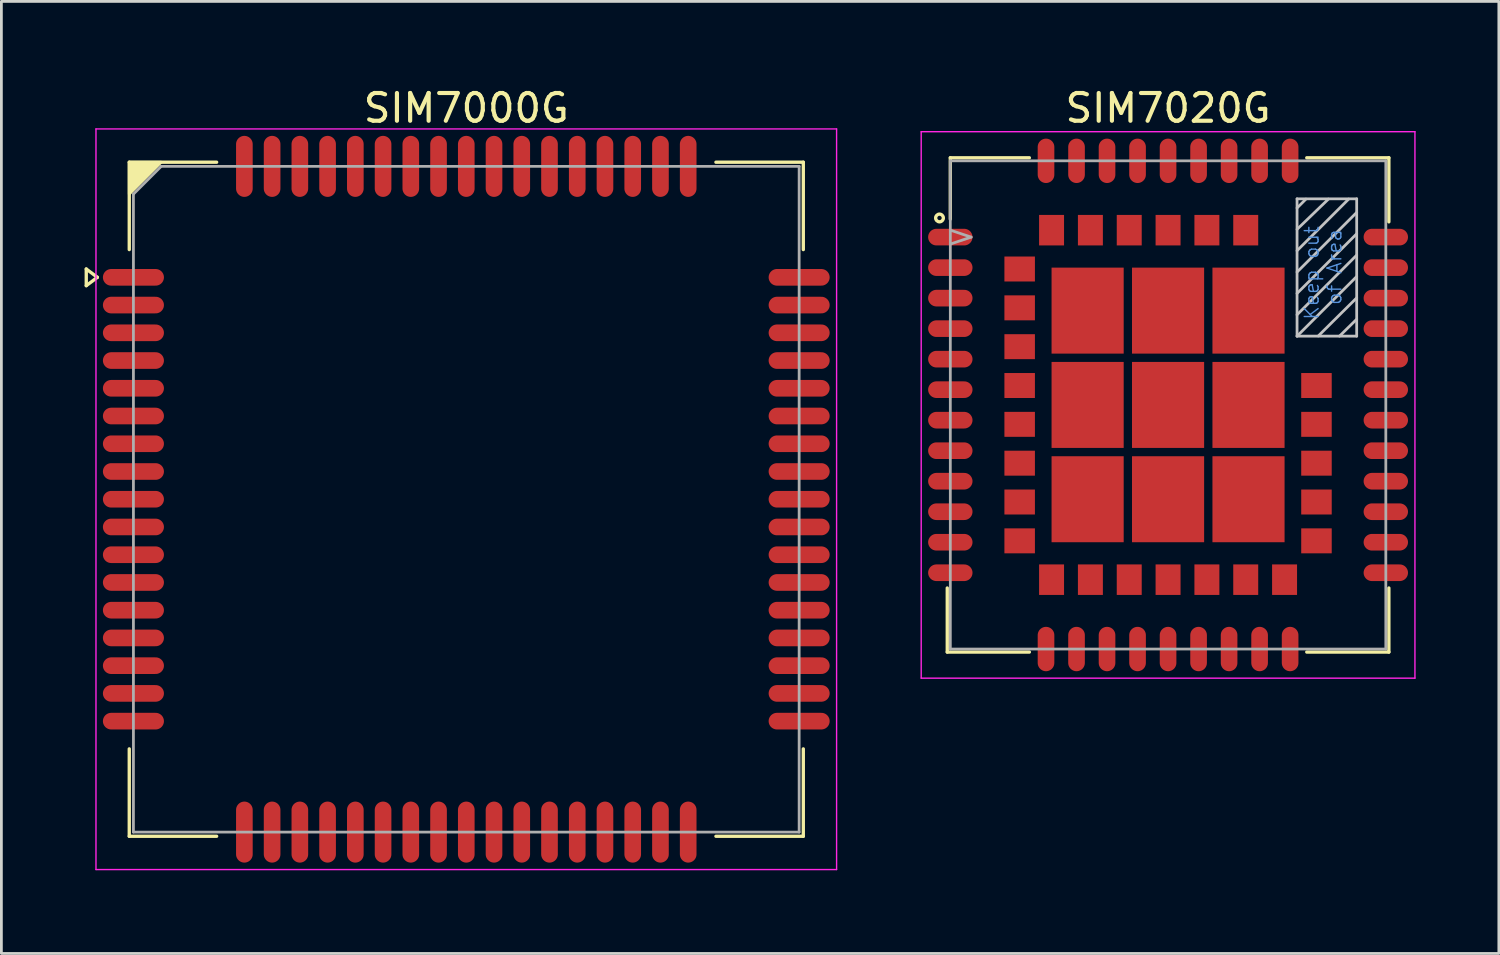
<source format=kicad_pcb>
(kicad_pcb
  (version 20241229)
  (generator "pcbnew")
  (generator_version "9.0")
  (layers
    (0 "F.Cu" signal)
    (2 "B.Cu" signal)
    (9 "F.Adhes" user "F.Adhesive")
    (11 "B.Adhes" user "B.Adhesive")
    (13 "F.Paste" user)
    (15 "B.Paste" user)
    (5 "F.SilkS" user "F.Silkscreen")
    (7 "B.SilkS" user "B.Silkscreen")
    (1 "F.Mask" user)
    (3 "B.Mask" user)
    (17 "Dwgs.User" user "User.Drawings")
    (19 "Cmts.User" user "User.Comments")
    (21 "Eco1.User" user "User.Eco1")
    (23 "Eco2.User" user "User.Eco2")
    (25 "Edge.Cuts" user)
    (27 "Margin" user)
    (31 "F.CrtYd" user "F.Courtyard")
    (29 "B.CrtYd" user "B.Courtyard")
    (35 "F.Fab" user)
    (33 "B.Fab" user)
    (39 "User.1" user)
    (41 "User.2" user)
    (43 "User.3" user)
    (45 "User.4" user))
  (footprint "SIM7000G"
    (layer "F.Cu")
    (at 13.76 14.948)
    (property "Reference" "SIM7000G" (at 0 -14.1 0) (layer "F.SilkS") (effects (font (size 1 1) (thickness 0.15))))
    (attr smd)
    (fp_line (start -13.7 -8.3) (end -13.7 -7.7) (stroke (width 0.12) (type solid)) (layer "F.SilkS"))
    (fp_line (start -13.7 -7.7) (end -13.3 -8) (stroke (width 0.12) (type solid)) (layer "F.SilkS"))
    (fp_line (start -13.3 -8) (end -13.7 -8.3) (stroke (width 0.12) (type solid)) (layer "F.SilkS"))
    (fp_line (start -12.15 -12.15) (end -12.15 -9) (stroke (width 0.12) (type solid)) (layer "F.SilkS"))
    (fp_line (start -12.15 12.15) (end -12.15 9) (stroke (width 0.12) (type solid)) (layer "F.SilkS"))
    (fp_line (start -9 -12.15) (end -12.15 -12.15) (stroke (width 0.12) (type solid)) (layer "F.SilkS"))
    (fp_line (start -9 12.15) (end -12.15 12.15) (stroke (width 0.12) (type solid)) (layer "F.SilkS"))
    (fp_line (start 9 -12.15) (end 12.15 -12.15) (stroke (width 0.12) (type solid)) (layer "F.SilkS"))
    (fp_line (start 9 12.15) (end 12.15 12.15) (stroke (width 0.12) (type solid)) (layer "F.SilkS"))
    (fp_line (start 12.15 -12.15) (end 12.15 -9) (stroke (width 0.12) (type solid)) (layer "F.SilkS"))
    (fp_line (start 12.15 12.15) (end 12.15 9) (stroke (width 0.12) (type solid)) (layer "F.SilkS"))
    (fp_poly (pts (xy -12.15 -11) (xy -12.15 -12.15) (xy -11 -12.15)) (stroke (width 0.1) (type solid)) (fill yes) (layer "F.SilkS"))
    (fp_line (start -13.35 -13.35) (end 13.35 -13.35) (stroke (width 0.05) (type solid)) (layer "F.CrtYd"))
    (fp_line (start -13.35 13.35) (end -13.35 -13.35) (stroke (width 0.05) (type solid)) (layer "F.CrtYd"))
    (fp_line (start 13.35 -13.35) (end 13.35 13.35) (stroke (width 0.05) (type solid)) (layer "F.CrtYd"))
    (fp_line (start 13.35 13.35) (end -13.35 13.35) (stroke (width 0.05) (type solid)) (layer "F.CrtYd"))
    (fp_line (start -12 -11) (end -12 12) (stroke (width 0.1) (type solid)) (layer "F.Fab"))
    (fp_line (start -12 12) (end 12 12) (stroke (width 0.1) (type solid)) (layer "F.Fab"))
    (fp_line (start -11 -12) (end -12 -11) (stroke (width 0.1) (type solid)) (layer "F.Fab"))
    (fp_line (start 12 -12) (end -11 -12) (stroke (width 0.1) (type solid)) (layer "F.Fab"))
    (fp_line (start 12 12) (end 12 -12) (stroke (width 0.1) (type solid)) (layer "F.Fab"))
    (pad "1" smd oval (at -12 -8 90) (size 0.6 2.2) (layers "F.Cu" "F.Mask" "F.Paste"))
    (pad "2" smd oval (at -12 -7 90) (size 0.6 2.2) (layers "F.Cu" "F.Mask" "F.Paste"))
    (pad "3" smd oval (at -12 -6 90) (size 0.6 2.2) (layers "F.Cu" "F.Mask" "F.Paste"))
    (pad "4" smd oval (at -12 -5 90) (size 0.6 2.2) (layers "F.Cu" "F.Mask" "F.Paste"))
    (pad "5" smd oval (at -12 -4 90) (size 0.6 2.2) (layers "F.Cu" "F.Mask" "F.Paste"))
    (pad "6" smd oval (at -12 -3 90) (size 0.6 2.2) (layers "F.Cu" "F.Mask" "F.Paste"))
    (pad "7" smd oval (at -12 -2 90) (size 0.6 2.2) (layers "F.Cu" "F.Mask" "F.Paste"))
    (pad "8" smd oval (at -12 -1 90) (size 0.6 2.2) (layers "F.Cu" "F.Mask" "F.Paste"))
    (pad "9" smd oval (at -12 0 90) (size 0.6 2.2) (layers "F.Cu" "F.Mask" "F.Paste"))
    (pad "10" smd oval (at -12 1 90) (size 0.6 2.2) (layers "F.Cu" "F.Mask" "F.Paste"))
    (pad "11" smd oval (at -12 2 90) (size 0.6 2.2) (layers "F.Cu" "F.Mask" "F.Paste"))
    (pad "12" smd oval (at -12 3 90) (size 0.6 2.2) (layers "F.Cu" "F.Mask" "F.Paste"))
    (pad "13" smd oval (at -12 4 90) (size 0.6 2.2) (layers "F.Cu" "F.Mask" "F.Paste"))
    (pad "14" smd oval (at -12 5 90) (size 0.6 2.2) (layers "F.Cu" "F.Mask" "F.Paste"))
    (pad "15" smd oval (at -12 6 90) (size 0.6 2.2) (layers "F.Cu" "F.Mask" "F.Paste"))
    (pad "16" smd oval (at -12 7 90) (size 0.6 2.2) (layers "F.Cu" "F.Mask" "F.Paste"))
    (pad "17" smd oval (at -12 8 90) (size 0.6 2.2) (layers "F.Cu" "F.Mask" "F.Paste"))
    (pad "18" smd oval (at -8 12) (size 0.6 2.2) (layers "F.Cu" "F.Mask" "F.Paste"))
    (pad "19" smd oval (at -7 12) (size 0.6 2.2) (layers "F.Cu" "F.Mask" "F.Paste"))
    (pad "20" smd oval (at -6 12) (size 0.6 2.2) (layers "F.Cu" "F.Mask" "F.Paste"))
    (pad "21" smd oval (at -5 12) (size 0.6 2.2) (layers "F.Cu" "F.Mask" "F.Paste"))
    (pad "22" smd oval (at -4 12) (size 0.6 2.2) (layers "F.Cu" "F.Mask" "F.Paste"))
    (pad "23" smd oval (at -3 12) (size 0.6 2.2) (layers "F.Cu" "F.Mask" "F.Paste"))
    (pad "24" smd oval (at -2 12) (size 0.6 2.2) (layers "F.Cu" "F.Mask" "F.Paste"))
    (pad "25" smd oval (at -1 12) (size 0.6 2.2) (layers "F.Cu" "F.Mask" "F.Paste"))
    (pad "26" smd oval (at 0 12) (size 0.6 2.2) (layers "F.Cu" "F.Mask" "F.Paste"))
    (pad "27" smd oval (at 1 12) (size 0.6 2.2) (layers "F.Cu" "F.Mask" "F.Paste"))
    (pad "28" smd oval (at 2 12) (size 0.6 2.2) (layers "F.Cu" "F.Mask" "F.Paste"))
    (pad "29" smd oval (at 3 12) (size 0.6 2.2) (layers "F.Cu" "F.Mask" "F.Paste"))
    (pad "30" smd oval (at 4 12) (size 0.6 2.2) (layers "F.Cu" "F.Mask" "F.Paste"))
    (pad "31" smd oval (at 5 12) (size 0.6 2.2) (layers "F.Cu" "F.Mask" "F.Paste"))
    (pad "32" smd oval (at 6 12) (size 0.6 2.2) (layers "F.Cu" "F.Mask" "F.Paste"))
    (pad "33" smd oval (at 7 12) (size 0.6 2.2) (layers "F.Cu" "F.Mask" "F.Paste"))
    (pad "34" smd oval (at 8 12) (size 0.6 2.2) (layers "F.Cu" "F.Mask" "F.Paste"))
    (pad "35" smd oval (at 12 8 90) (size 0.6 2.2) (layers "F.Cu" "F.Mask" "F.Paste"))
    (pad "36" smd oval (at 12 7 90) (size 0.6 2.2) (layers "F.Cu" "F.Mask" "F.Paste"))
    (pad "37" smd oval (at 12 6 90) (size 0.6 2.2) (layers "F.Cu" "F.Mask" "F.Paste"))
    (pad "38" smd oval (at 12 5 90) (size 0.6 2.2) (layers "F.Cu" "F.Mask" "F.Paste"))
    (pad "39" smd oval (at 12 4 90) (size 0.6 2.2) (layers "F.Cu" "F.Mask" "F.Paste"))
    (pad "40" smd oval (at 12 3 90) (size 0.6 2.2) (layers "F.Cu" "F.Mask" "F.Paste"))
    (pad "41" smd oval (at 12 2 90) (size 0.6 2.2) (layers "F.Cu" "F.Mask" "F.Paste"))
    (pad "42" smd oval (at 12 1 90) (size 0.6 2.2) (layers "F.Cu" "F.Mask" "F.Paste"))
    (pad "43" smd oval (at 12 0 90) (size 0.6 2.2) (layers "F.Cu" "F.Mask" "F.Paste"))
    (pad "44" smd oval (at 12 -1 90) (size 0.6 2.2) (layers "F.Cu" "F.Mask" "F.Paste"))
    (pad "45" smd oval (at 12 -2 90) (size 0.6 2.2) (layers "F.Cu" "F.Mask" "F.Paste"))
    (pad "46" smd oval (at 12 -3 90) (size 0.6 2.2) (layers "F.Cu" "F.Mask" "F.Paste"))
    (pad "47" smd oval (at 12 -4 90) (size 0.6 2.2) (layers "F.Cu" "F.Mask" "F.Paste"))
    (pad "48" smd oval (at 12 -5 90) (size 0.6 2.2) (layers "F.Cu" "F.Mask" "F.Paste"))
    (pad "49" smd oval (at 12 -6 90) (size 0.6 2.2) (layers "F.Cu" "F.Mask" "F.Paste"))
    (pad "50" smd oval (at 12 -7 90) (size 0.6 2.2) (layers "F.Cu" "F.Mask" "F.Paste"))
    (pad "51" smd oval (at 12 -8 90) (size 0.6 2.2) (layers "F.Cu" "F.Mask" "F.Paste"))
    (pad "52" smd oval (at 8 -12) (size 0.6 2.2) (layers "F.Cu" "F.Mask" "F.Paste"))
    (pad "53" smd oval (at 7 -12) (size 0.6 2.2) (layers "F.Cu" "F.Mask" "F.Paste"))
    (pad "54" smd oval (at 6 -12) (size 0.6 2.2) (layers "F.Cu" "F.Mask" "F.Paste"))
    (pad "55" smd oval (at 5 -12) (size 0.6 2.2) (layers "F.Cu" "F.Mask" "F.Paste"))
    (pad "56" smd oval (at 4 -12) (size 0.6 2.2) (layers "F.Cu" "F.Mask" "F.Paste"))
    (pad "57" smd oval (at 3 -12) (size 0.6 2.2) (layers "F.Cu" "F.Mask" "F.Paste"))
    (pad "58" smd oval (at 2 -12) (size 0.6 2.2) (layers "F.Cu" "F.Mask" "F.Paste"))
    (pad "59" smd oval (at 1 -12) (size 0.6 2.2) (layers "F.Cu" "F.Mask" "F.Paste"))
    (pad "60" smd oval (at 0 -12) (size 0.6 2.2) (layers "F.Cu" "F.Mask" "F.Paste"))
    (pad "61" smd oval (at -1 -12) (size 0.6 2.2) (layers "F.Cu" "F.Mask" "F.Paste"))
    (pad "62" smd oval (at -2 -12) (size 0.6 2.2) (layers "F.Cu" "F.Mask" "F.Paste"))
    (pad "63" smd oval (at -3 -12) (size 0.6 2.2) (layers "F.Cu" "F.Mask" "F.Paste"))
    (pad "64" smd oval (at -4 -12) (size 0.6 2.2) (layers "F.Cu" "F.Mask" "F.Paste"))
    (pad "65" smd oval (at -5 -12) (size 0.6 2.2) (layers "F.Cu" "F.Mask" "F.Paste"))
    (pad "66" smd oval (at -6 -12) (size 0.6 2.2) (layers "F.Cu" "F.Mask" "F.Paste"))
    (pad "67" smd oval (at -7 -12) (size 0.6 2.2) (layers "F.Cu" "F.Mask" "F.Paste"))
    (pad "68" smd oval (at -8 -12) (size 0.6 2.2) (layers "F.Cu" "F.Mask" "F.Paste")))
  (footprint "SIM7020G"
    (layer "F.Cu")
    (at 39.06 11.548)
    (property "Reference" "SIM7020G" (at 0 -10.7 0) (layer "F.SilkS") (effects (font (size 1 1) (thickness 0.15))))
    (attr through_hole)
    (fp_line (start -7.96 8.91) (end -7.96 6.6) (stroke (width 0.12) (type solid)) (layer "F.SilkS"))
    (fp_line (start -7.96 8.91) (end -5 8.91) (stroke (width 0.12) (type solid)) (layer "F.SilkS"))
    (fp_line (start -7.85 -8.91) (end -7.85 -6.7) (stroke (width 0.12) (type solid)) (layer "F.SilkS"))
    (fp_line (start -7.85 -8.91) (end -5 -8.91) (stroke (width 0.12) (type solid)) (layer "F.SilkS"))
    (fp_line (start 7.96 -8.91) (end 5 -8.91) (stroke (width 0.12) (type solid)) (layer "F.SilkS"))
    (fp_line (start 7.96 -8.91) (end 7.96 -6.6) (stroke (width 0.12) (type solid)) (layer "F.SilkS"))
    (fp_line (start 7.96 8.91) (end 5 8.91) (stroke (width 0.12) (type solid)) (layer "F.SilkS"))
    (fp_line (start 7.96 8.91) (end 7.96 6.6) (stroke (width 0.12) (type solid)) (layer "F.SilkS"))
    (fp_circle (center -8.24 -6.74) (end -8.12 -6.67) (stroke (width 0.12) (type solid)) (fill no) (layer "F.SilkS"))
    (fp_line (start 4.65 -7.43) (end 4.65 -2.48) (stroke (width 0.1) (type solid)) (layer "Dwgs.User"))
    (fp_line (start 4.65 -7.43) (end 6.8 -7.43) (stroke (width 0.1) (type solid)) (layer "Dwgs.User"))
    (fp_line (start 4.65 -7.1) (end 4.97 -7.42) (stroke (width 0.1) (type solid)) (layer "Dwgs.User"))
    (fp_line (start 4.65 -6.33) (end 5.78 -7.42) (stroke (width 0.1) (type solid)) (layer "Dwgs.User"))
    (fp_line (start 4.65 -5.56) (end 6.51 -7.42) (stroke (width 0.1) (type solid)) (layer "Dwgs.User"))
    (fp_line (start 4.65 -4.79) (end 6.8 -6.94) (stroke (width 0.1) (type solid)) (layer "Dwgs.User"))
    (fp_line (start 4.65 -4.02) (end 6.8 -6.17) (stroke (width 0.1) (type solid)) (layer "Dwgs.User"))
    (fp_line (start 4.65 -3.25) (end 6.8 -5.4) (stroke (width 0.1) (type solid)) (layer "Dwgs.User"))
    (fp_line (start 4.65 -2.48) (end 6.8 -4.63) (stroke (width 0.1) (type solid)) (layer "Dwgs.User"))
    (fp_line (start 4.65 -2.48) (end 6.8 -2.48) (stroke (width 0.1) (type solid)) (layer "Dwgs.User"))
    (fp_line (start 5.415 -2.486) (end 6.8 -3.86) (stroke (width 0.1) (type solid)) (layer "Dwgs.User"))
    (fp_line (start 6.18 -2.48) (end 6.8 -3.09) (stroke (width 0.1) (type solid)) (layer "Dwgs.User"))
    (fp_line (start 6.8 -7.43) (end 6.8 -2.48) (stroke (width 0.1) (type solid)) (layer "Dwgs.User"))
    (fp_line (start -8.9 -9.85) (end -8.9 9.85) (stroke (width 0.05) (type solid)) (layer "F.CrtYd"))
    (fp_line (start -8.9 -9.85) (end 8.9 -9.85) (stroke (width 0.05) (type solid)) (layer "F.CrtYd"))
    (fp_line (start -8.9 9.85) (end 8.9 9.85) (stroke (width 0.05) (type solid)) (layer "F.CrtYd"))
    (fp_line (start 8.9 -9.85) (end 8.9 9.85) (stroke (width 0.05) (type solid)) (layer "F.CrtYd"))
    (fp_line (start -7.85 -8.8) (end -7.85 8.8) (stroke (width 0.1) (type solid)) (layer "F.Fab"))
    (fp_line (start -7.85 -8.8) (end 7.85 -8.8) (stroke (width 0.1) (type solid)) (layer "F.Fab"))
    (fp_line (start -7.85 -6.3) (end -7.1 -6.05) (stroke (width 0.1) (type solid)) (layer "F.Fab"))
    (fp_line (start -7.85 -5.8) (end -7.1 -6.05) (stroke (width 0.1) (type solid)) (layer "F.Fab"))
    (fp_line (start -7.85 8.8) (end 7.85 8.8) (stroke (width 0.1) (type solid)) (layer "F.Fab"))
    (fp_line (start 7.85 -8.8) (end 7.85 8.8) (stroke (width 0.1) (type solid)) (layer "F.Fab"))
    (fp_text user "of Area" (at 6 -4.97 90) (layer "Cmts.User") (effects (font (size 0.5 0.5) (thickness 0.05))))
    (fp_text user "Keep out " (at 5.18 -4.95 90) (layer "Cmts.User") (effects (font (size 0.5 0.5) (thickness 0.05))))
    (pad "1" smd oval (at -7.85 -6.05) (size 1.6 0.6) (layers "F.Cu" "F.Mask" "F.Paste"))
    (pad "2" smd oval (at -7.85 -4.95) (size 1.6 0.6) (layers "F.Cu" "F.Mask" "F.Paste"))
    (pad "3" smd oval (at -7.85 -3.85) (size 1.6 0.6) (layers "F.Cu" "F.Mask" "F.Paste"))
    (pad "4" smd oval (at -7.85 -2.75) (size 1.6 0.6) (layers "F.Cu" "F.Mask" "F.Paste"))
    (pad "5" smd oval (at -7.85 -1.65) (size 1.6 0.6) (layers "F.Cu" "F.Mask" "F.Paste"))
    (pad "6" smd oval (at -7.85 -0.55) (size 1.6 0.6) (layers "F.Cu" "F.Mask" "F.Paste"))
    (pad "7" smd oval (at -7.85 0.55) (size 1.6 0.6) (layers "F.Cu" "F.Mask" "F.Paste"))
    (pad "8" smd oval (at -7.85 1.65) (size 1.6 0.6) (layers "F.Cu" "F.Mask" "F.Paste"))
    (pad "9" smd oval (at -7.85 2.75) (size 1.6 0.6) (layers "F.Cu" "F.Mask" "F.Paste"))
    (pad "10" smd oval (at -7.85 3.85) (size 1.6 0.6) (layers "F.Cu" "F.Mask" "F.Paste"))
    (pad "11" smd oval (at -7.85 4.95) (size 1.6 0.6) (layers "F.Cu" "F.Mask" "F.Paste"))
    (pad "12" smd oval (at -7.85 6.05) (size 1.6 0.6) (layers "F.Cu" "F.Mask" "F.Paste"))
    (pad "13" smd oval (at -4.4 8.8) (size 0.6 1.6) (layers "F.Cu" "F.Mask" "F.Paste"))
    (pad "14" smd oval (at -3.3 8.8) (size 0.6 1.6) (layers "F.Cu" "F.Mask" "F.Paste"))
    (pad "15" smd oval (at -2.2 8.8) (size 0.6 1.6) (layers "F.Cu" "F.Mask" "F.Paste"))
    (pad "16" smd oval (at -1.1 8.8) (size 0.6 1.6) (layers "F.Cu" "F.Mask" "F.Paste"))
    (pad "17" smd oval (at 0 8.8) (size 0.6 1.6) (layers "F.Cu" "F.Mask" "F.Paste"))
    (pad "18" smd oval (at 1.1 8.8) (size 0.6 1.6) (layers "F.Cu" "F.Mask" "F.Paste"))
    (pad "19" smd oval (at 2.2 8.8) (size 0.6 1.6) (layers "F.Cu" "F.Mask" "F.Paste"))
    (pad "20" smd oval (at 3.3 8.8) (size 0.6 1.6) (layers "F.Cu" "F.Mask" "F.Paste"))
    (pad "21" smd oval (at 4.4 8.8) (size 0.6 1.6) (layers "F.Cu" "F.Mask" "F.Paste"))
    (pad "22" smd oval (at 7.85 6.05) (size 1.6 0.6) (layers "F.Cu" "F.Mask" "F.Paste"))
    (pad "23" smd oval (at 7.85 4.95) (size 1.6 0.6) (layers "F.Cu" "F.Mask" "F.Paste"))
    (pad "24" smd oval (at 7.85 3.85) (size 1.6 0.6) (layers "F.Cu" "F.Mask" "F.Paste"))
    (pad "25" smd oval (at 7.85 2.75) (size 1.6 0.6) (layers "F.Cu" "F.Mask" "F.Paste"))
    (pad "26" smd oval (at 7.85 1.65) (size 1.6 0.6) (layers "F.Cu" "F.Mask" "F.Paste"))
    (pad "27" smd oval (at 7.85 0.55) (size 1.6 0.6) (layers "F.Cu" "F.Mask" "F.Paste"))
    (pad "28" smd oval (at 7.85 -0.55) (size 1.6 0.6) (layers "F.Cu" "F.Mask" "F.Paste"))
    (pad "29" smd oval (at 7.85 -1.65) (size 1.6 0.6) (layers "F.Cu" "F.Mask" "F.Paste"))
    (pad "30" smd oval (at 7.85 -2.75) (size 1.6 0.6) (layers "F.Cu" "F.Mask" "F.Paste"))
    (pad "31" smd oval (at 7.85 -3.85) (size 1.6 0.6) (layers "F.Cu" "F.Mask" "F.Paste"))
    (pad "32" smd oval (at 7.85 -4.95) (size 1.6 0.6) (layers "F.Cu" "F.Mask" "F.Paste"))
    (pad "33" smd oval (at 7.85 -6.05) (size 1.6 0.6) (layers "F.Cu" "F.Mask" "F.Paste"))
    (pad "34" smd oval (at 4.4 -8.8) (size 0.6 1.6) (layers "F.Cu" "F.Mask" "F.Paste"))
    (pad "35" smd oval (at 3.3 -8.8) (size 0.6 1.6) (layers "F.Cu" "F.Mask" "F.Paste"))
    (pad "36" smd oval (at 2.2 -8.8) (size 0.6 1.6) (layers "F.Cu" "F.Mask" "F.Paste"))
    (pad "37" smd oval (at 1.1 -8.8) (size 0.6 1.6) (layers "F.Cu" "F.Mask" "F.Paste"))
    (pad "38" smd oval (at 0 -8.8) (size 0.6 1.6) (layers "F.Cu" "F.Mask" "F.Paste"))
    (pad "39" smd oval (at -1.1 -8.8) (size 0.6 1.6) (layers "F.Cu" "F.Mask" "F.Paste"))
    (pad "40" smd oval (at -2.2 -8.8) (size 0.6 1.6) (layers "F.Cu" "F.Mask" "F.Paste"))
    (pad "41" smd oval (at -3.3 -8.8) (size 0.6 1.6) (layers "F.Cu" "F.Mask" "F.Paste"))
    (pad "42" smd oval (at -4.4 -8.8) (size 0.6 1.6) (layers "F.Cu" "F.Mask" "F.Paste"))
    (pad "43" smd rect (at -5.35 -4.9) (size 1.1 0.9) (layers "F.Cu" "F.Mask" "F.Paste"))
    (pad "44" smd rect (at -5.35 -3.5) (size 1.1 0.9) (layers "F.Cu" "F.Mask" "F.Paste"))
    (pad "45" smd rect (at -5.35 -2.1) (size 1.1 0.9) (layers "F.Cu" "F.Mask" "F.Paste"))
    (pad "46" smd rect (at -5.35 -0.7) (size 1.1 0.9) (layers "F.Cu" "F.Mask" "F.Paste"))
    (pad "47" smd rect (at -5.35 0.7) (size 1.1 0.9) (layers "F.Cu" "F.Mask" "F.Paste"))
    (pad "48" smd rect (at -5.35 2.1) (size 1.1 0.9) (layers "F.Cu" "F.Mask" "F.Paste"))
    (pad "49" smd rect (at -5.35 3.5) (size 1.1 0.9) (layers "F.Cu" "F.Mask" "F.Paste"))
    (pad "50" smd rect (at -5.35 4.9) (size 1.1 0.9) (layers "F.Cu" "F.Mask" "F.Paste"))
    (pad "51" smd rect (at -4.2 6.3 90) (size 1.1 0.9) (layers "F.Cu" "F.Mask" "F.Paste"))
    (pad "52" smd rect (at -2.8 6.3 90) (size 1.1 0.9) (layers "F.Cu" "F.Mask" "F.Paste"))
    (pad "53" smd rect (at -1.4 6.3 90) (size 1.1 0.9) (layers "F.Cu" "F.Mask" "F.Paste"))
    (pad "54" smd rect (at 0 6.3 90) (size 1.1 0.9) (layers "F.Cu" "F.Mask" "F.Paste"))
    (pad "55" smd rect (at 1.4 6.3 90) (size 1.1 0.9) (layers "F.Cu" "F.Mask" "F.Paste"))
    (pad "56" smd rect (at 2.8 6.3 90) (size 1.1 0.9) (layers "F.Cu" "F.Mask" "F.Paste"))
    (pad "57" smd rect (at 4.2 6.3 90) (size 1.1 0.9) (layers "F.Cu" "F.Mask" "F.Paste"))
    (pad "58" smd rect (at 5.35 4.9 180) (size 1.1 0.9) (layers "F.Cu" "F.Mask" "F.Paste"))
    (pad "59" smd rect (at 5.35 3.5 180) (size 1.1 0.9) (layers "F.Cu" "F.Mask" "F.Paste"))
    (pad "60" smd rect (at 5.35 2.1 180) (size 1.1 0.9) (layers "F.Cu" "F.Mask" "F.Paste"))
    (pad "61" smd rect (at 5.35 0.7 180) (size 1.1 0.9) (layers "F.Cu" "F.Mask" "F.Paste"))
    (pad "62" smd rect (at 5.35 -0.7 180) (size 1.1 0.9) (layers "F.Cu" "F.Mask" "F.Paste"))
    (pad "63" smd rect (at 2.8 -6.3 90) (size 1.1 0.9) (layers "F.Cu" "F.Mask" "F.Paste"))
    (pad "64" smd rect (at 1.4 -6.3 90) (size 1.1 0.9) (layers "F.Cu" "F.Mask" "F.Paste"))
    (pad "65" smd rect (at 0 -6.3 90) (size 1.1 0.9) (layers "F.Cu" "F.Mask" "F.Paste"))
    (pad "66" smd rect (at -1.4 -6.3 90) (size 1.1 0.9) (layers "F.Cu" "F.Mask" "F.Paste"))
    (pad "67" smd rect (at -2.8 -6.3 90) (size 1.1 0.9) (layers "F.Cu" "F.Mask" "F.Paste"))
    (pad "68" smd rect (at -4.2 -6.3 90) (size 1.1 0.9) (layers "F.Cu" "F.Mask" "F.Paste"))
    (pad "69" smd rect (at -2.9 -3.4 180) (size 2.6 3.1) (layers "F.Cu" "F.Mask" "F.Paste"))
    (pad "70" smd rect (at -2.9 0 180) (size 2.6 3.1) (layers "F.Cu" "F.Mask" "F.Paste"))
    (pad "71" smd rect (at -2.9 3.4 180) (size 2.6 3.1) (layers "F.Cu" "F.Mask" "F.Paste"))
    (pad "72" smd rect (at 0 3.4 180) (size 2.6 3.1) (layers "F.Cu" "F.Mask" "F.Paste"))
    (pad "73" smd rect (at 2.9 3.4 180) (size 2.6 3.1) (layers "F.Cu" "F.Mask" "F.Paste"))
    (pad "74" smd rect (at 2.9 0 180) (size 2.6 3.1) (layers "F.Cu" "F.Mask" "F.Paste"))
    (pad "75" smd rect (at 2.9 -3.4 180) (size 2.6 3.1) (layers "F.Cu" "F.Mask" "F.Paste"))
    (pad "76" smd rect (at 0 -3.4 180) (size 2.6 3.1) (layers "F.Cu" "F.Mask" "F.Paste"))
    (pad "77" smd rect (at 0 0 180) (size 2.6 3.1) (layers "F.Cu" "F.Mask" "F.Paste")))
  (gr_rect
    (start -3 -3)
    (end 50.985 31.323)
    (stroke (width 0.1) (type default))
    (fill no)
    (layer "Edge.Cuts")))
</source>
